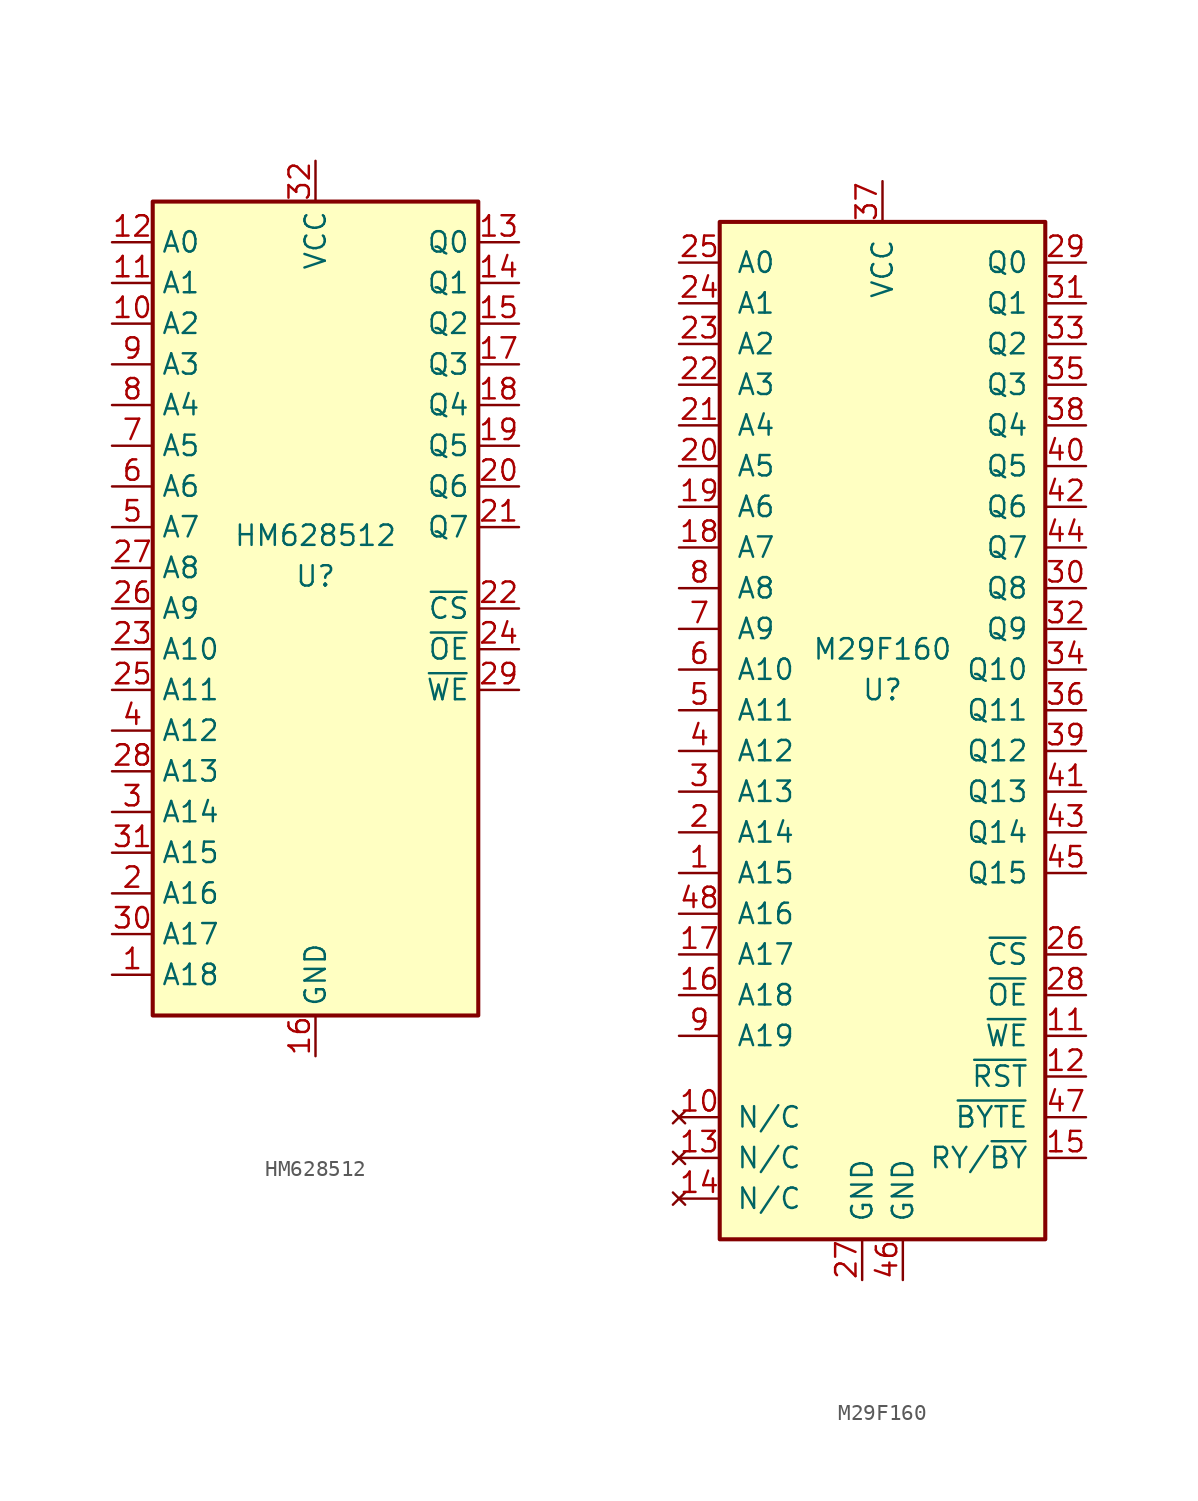
<source format=kicad_sym>
(kicad_symbol_lib
  (version 20211014)
  (generator kicad_symbol_editor)
  (symbol "HM628512"
    (property "Reference" "U"
      (at 0 -1.27 0)
      (effects (font (size 1.27 1.27)) (justify bottom)))
    (property "Value" "HM628512"
      (at 0 1.27 0)
      (effects (font (size 1.27 1.27)) (justify bottom)))
    (symbol "HM628512_0_0"
      (pin power_in line (at 0 -30.48 90) (length 2.54) (name "GND" (effects (font (size 1.27 1.27)))) (number "16" (effects (font (size 1.27 1.27)))))
      (pin power_in line (at 0 25.4 270) (length 2.54) (name "VCC" (effects (font (size 1.27 1.27)))) (number "32" (effects (font (size 1.27 1.27))))))
    (symbol "HM628512_0_1"
      (rectangle (start -10.16 22.86) (end 10.16 -27.94) (stroke (width 0.254) (type default) (color 0 0 0 0)) (fill (type background))))
    (symbol "HM628512_1_1"
      (pin input line (at -12.7 -25.4 0) (length 2.54) (name "A18" (effects (font (size 1.27 1.27)))) (number "1" (effects (font (size 1.27 1.27)))))
      (pin input line (at -12.7 15.24 0) (length 2.54) (name "A2" (effects (font (size 1.27 1.27)))) (number "10" (effects (font (size 1.27 1.27)))))
      (pin input line (at -12.7 17.78 0) (length 2.54) (name "A1" (effects (font (size 1.27 1.27)))) (number "11" (effects (font (size 1.27 1.27)))))
      (pin input line (at -12.7 20.32 0) (length 2.54) (name "A0" (effects (font (size 1.27 1.27)))) (number "12" (effects (font (size 1.27 1.27)))))
      (pin tri_state line (at 12.7 20.32 180) (length 2.54) (name "Q0" (effects (font (size 1.27 1.27)))) (number "13" (effects (font (size 1.27 1.27)))))
      (pin tri_state line (at 12.7 17.78 180) (length 2.54) (name "Q1" (effects (font (size 1.27 1.27)))) (number "14" (effects (font (size 1.27 1.27)))))
      (pin tri_state line (at 12.7 15.24 180) (length 2.54) (name "Q2" (effects (font (size 1.27 1.27)))) (number "15" (effects (font (size 1.27 1.27)))))
      (pin tri_state line (at 12.7 12.7 180) (length 2.54) (name "Q3" (effects (font (size 1.27 1.27)))) (number "17" (effects (font (size 1.27 1.27)))))
      (pin tri_state line (at 12.7 10.16 180) (length 2.54) (name "Q4" (effects (font (size 1.27 1.27)))) (number "18" (effects (font (size 1.27 1.27)))))
      (pin tri_state line (at 12.7 7.62 180) (length 2.54) (name "Q5" (effects (font (size 1.27 1.27)))) (number "19" (effects (font (size 1.27 1.27)))))
      (pin input line (at -12.7 -20.32 0) (length 2.54) (name "A16" (effects (font (size 1.27 1.27)))) (number "2" (effects (font (size 1.27 1.27)))))
      (pin tri_state line (at 12.7 5.08 180) (length 2.54) (name "Q6" (effects (font (size 1.27 1.27)))) (number "20" (effects (font (size 1.27 1.27)))))
      (pin tri_state line (at 12.7 2.54 180) (length 2.54) (name "Q7" (effects (font (size 1.27 1.27)))) (number "21" (effects (font (size 1.27 1.27)))))
      (pin input line (at 12.7 -2.54 180) (length 2.54) (name "~{CS}" (effects (font (size 1.27 1.27)))) (number "22" (effects (font (size 1.27 1.27)))))
      (pin input line (at -12.7 -5.08 0) (length 2.54) (name "A10" (effects (font (size 1.27 1.27)))) (number "23" (effects (font (size 1.27 1.27)))))
      (pin input line (at 12.7 -5.08 180) (length 2.54) (name "~{OE}" (effects (font (size 1.27 1.27)))) (number "24" (effects (font (size 1.27 1.27)))))
      (pin input line (at -12.7 -7.62 0) (length 2.54) (name "A11" (effects (font (size 1.27 1.27)))) (number "25" (effects (font (size 1.27 1.27)))))
      (pin input line (at -12.7 -2.54 0) (length 2.54) (name "A9" (effects (font (size 1.27 1.27)))) (number "26" (effects (font (size 1.27 1.27)))))
      (pin input line (at -12.7 0 0) (length 2.54) (name "A8" (effects (font (size 1.27 1.27)))) (number "27" (effects (font (size 1.27 1.27)))))
      (pin input line (at -12.7 -12.7 0) (length 2.54) (name "A13" (effects (font (size 1.27 1.27)))) (number "28" (effects (font (size 1.27 1.27)))))
      (pin input line (at 12.7 -7.62 180) (length 2.54) (name "~{WE}" (effects (font (size 1.27 1.27)))) (number "29" (effects (font (size 1.27 1.27)))))
      (pin input line (at -12.7 -15.24 0) (length 2.54) (name "A14" (effects (font (size 1.27 1.27)))) (number "3" (effects (font (size 1.27 1.27)))))
      (pin input line (at -12.7 -22.86 0) (length 2.54) (name "A17" (effects (font (size 1.27 1.27)))) (number "30" (effects (font (size 1.27 1.27)))))
      (pin input line (at -12.7 -17.78 0) (length 2.54) (name "A15" (effects (font (size 1.27 1.27)))) (number "31" (effects (font (size 1.27 1.27)))))
      (pin input line (at -12.7 -10.16 0) (length 2.54) (name "A12" (effects (font (size 1.27 1.27)))) (number "4" (effects (font (size 1.27 1.27)))))
      (pin input line (at -12.7 2.54 0) (length 2.54) (name "A7" (effects (font (size 1.27 1.27)))) (number "5" (effects (font (size 1.27 1.27)))))
      (pin input line (at -12.7 5.08 0) (length 2.54) (name "A6" (effects (font (size 1.27 1.27)))) (number "6" (effects (font (size 1.27 1.27)))))
      (pin input line (at -12.7 7.62 0) (length 2.54) (name "A5" (effects (font (size 1.27 1.27)))) (number "7" (effects (font (size 1.27 1.27)))))
      (pin input line (at -12.7 10.16 0) (length 2.54) (name "A4" (effects (font (size 1.27 1.27)))) (number "8" (effects (font (size 1.27 1.27)))))
      (pin input line (at -12.7 12.7 0) (length 2.54) (name "A3" (effects (font (size 1.27 1.27)))) (number "9" (effects (font (size 1.27 1.27)))))))
  (symbol "M29F160"
    (pin_names
      (offset 1.016))
    (property "Reference" "U"
      (at 0 0 0)
      (effects (font (size 1.27 1.27))))
    (property "Value" "M29F160"
      (at 0 2.54 0)
      (effects (font (size 1.27 1.27))))
    (symbol "M29F160_1_1"
      (rectangle (start -10.16 29.21) (end 10.16 -34.29) (stroke (width 0.254) (type default) (color 0 0 0 0)) (fill (type background)))
      (pin input line (at -12.7 -11.43 0) (length 2.54) (name "A15" (effects (font (size 1.27 1.27)))) (number "1" (effects (font (size 1.27 1.27)))))
      (pin no_connect line (at -12.7 -26.67 0) (length 2.54) (name "N/C" (effects (font (size 1.27 1.27)))) (number "10" (effects (font (size 1.27 1.27)))))
      (pin input line (at 12.7 -21.59 180) (length 2.54) (name "~{WE}" (effects (font (size 1.27 1.27)))) (number "11" (effects (font (size 1.27 1.27)))))
      (pin input line (at 12.7 -24.13 180) (length 2.54) (name "~{RST}" (effects (font (size 1.27 1.27)))) (number "12" (effects (font (size 1.27 1.27)))))
      (pin no_connect line (at -12.7 -29.21 0) (length 2.54) (name "N/C" (effects (font (size 1.27 1.27)))) (number "13" (effects (font (size 1.27 1.27)))))
      (pin no_connect line (at -12.7 -31.75 0) (length 2.54) (name "N/C" (effects (font (size 1.27 1.27)))) (number "14" (effects (font (size 1.27 1.27)))))
      (pin output line (at 12.7 -29.21 180) (length 2.54) (name "RY/~{BY}" (effects (font (size 1.27 1.27)))) (number "15" (effects (font (size 1.27 1.27)))))
      (pin input line (at -12.7 -19.05 0) (length 2.54) (name "A18" (effects (font (size 1.27 1.27)))) (number "16" (effects (font (size 1.27 1.27)))))
      (pin input line (at -12.7 -16.51 0) (length 2.54) (name "A17" (effects (font (size 1.27 1.27)))) (number "17" (effects (font (size 1.27 1.27)))))
      (pin input line (at -12.7 8.89 0) (length 2.54) (name "A7" (effects (font (size 1.27 1.27)))) (number "18" (effects (font (size 1.27 1.27)))))
      (pin input line (at -12.7 11.43 0) (length 2.54) (name "A6" (effects (font (size 1.27 1.27)))) (number "19" (effects (font (size 1.27 1.27)))))
      (pin input line (at -12.7 -8.89 0) (length 2.54) (name "A14" (effects (font (size 1.27 1.27)))) (number "2" (effects (font (size 1.27 1.27)))))
      (pin input line (at -12.7 13.97 0) (length 2.54) (name "A5" (effects (font (size 1.27 1.27)))) (number "20" (effects (font (size 1.27 1.27)))))
      (pin input line (at -12.7 16.51 0) (length 2.54) (name "A4" (effects (font (size 1.27 1.27)))) (number "21" (effects (font (size 1.27 1.27)))))
      (pin input line (at -12.7 19.05 0) (length 2.54) (name "A3" (effects (font (size 1.27 1.27)))) (number "22" (effects (font (size 1.27 1.27)))))
      (pin input line (at -12.7 21.59 0) (length 2.54) (name "A2" (effects (font (size 1.27 1.27)))) (number "23" (effects (font (size 1.27 1.27)))))
      (pin input line (at -12.7 24.13 0) (length 2.54) (name "A1" (effects (font (size 1.27 1.27)))) (number "24" (effects (font (size 1.27 1.27)))))
      (pin input line (at -12.7 26.67 0) (length 2.54) (name "A0" (effects (font (size 1.27 1.27)))) (number "25" (effects (font (size 1.27 1.27)))))
      (pin input line (at 12.7 -16.51 180) (length 2.54) (name "~{CS}" (effects (font (size 1.27 1.27)))) (number "26" (effects (font (size 1.27 1.27)))))
      (pin power_in line (at -1.27 -36.83 90) (length 2.54) (name "GND" (effects (font (size 1.27 1.27)))) (number "27" (effects (font (size 1.27 1.27)))))
      (pin input line (at 12.7 -19.05 180) (length 2.54) (name "~{OE}" (effects (font (size 1.27 1.27)))) (number "28" (effects (font (size 1.27 1.27)))))
      (pin tri_state line (at 12.7 26.67 180) (length 2.54) (name "Q0" (effects (font (size 1.27 1.27)))) (number "29" (effects (font (size 1.27 1.27)))))
      (pin input line (at -12.7 -6.35 0) (length 2.54) (name "A13" (effects (font (size 1.27 1.27)))) (number "3" (effects (font (size 1.27 1.27)))))
      (pin tri_state line (at 12.7 6.35 180) (length 2.54) (name "Q8" (effects (font (size 1.27 1.27)))) (number "30" (effects (font (size 1.27 1.27)))))
      (pin tri_state line (at 12.7 24.13 180) (length 2.54) (name "Q1" (effects (font (size 1.27 1.27)))) (number "31" (effects (font (size 1.27 1.27)))))
      (pin tri_state line (at 12.7 3.81 180) (length 2.54) (name "Q9" (effects (font (size 1.27 1.27)))) (number "32" (effects (font (size 1.27 1.27)))))
      (pin tri_state line (at 12.7 21.59 180) (length 2.54) (name "Q2" (effects (font (size 1.27 1.27)))) (number "33" (effects (font (size 1.27 1.27)))))
      (pin tri_state line (at 12.7 1.27 180) (length 2.54) (name "Q10" (effects (font (size 1.27 1.27)))) (number "34" (effects (font (size 1.27 1.27)))))
      (pin tri_state line (at 12.7 19.05 180) (length 2.54) (name "Q3" (effects (font (size 1.27 1.27)))) (number "35" (effects (font (size 1.27 1.27)))))
      (pin tri_state line (at 12.7 -1.27 180) (length 2.54) (name "Q11" (effects (font (size 1.27 1.27)))) (number "36" (effects (font (size 1.27 1.27)))))
      (pin power_in line (at 0 31.75 270) (length 2.54) (name "VCC" (effects (font (size 1.27 1.27)))) (number "37" (effects (font (size 1.27 1.27)))))
      (pin tri_state line (at 12.7 16.51 180) (length 2.54) (name "Q4" (effects (font (size 1.27 1.27)))) (number "38" (effects (font (size 1.27 1.27)))))
      (pin tri_state line (at 12.7 -3.81 180) (length 2.54) (name "Q12" (effects (font (size 1.27 1.27)))) (number "39" (effects (font (size 1.27 1.27)))))
      (pin input line (at -12.7 -3.81 0) (length 2.54) (name "A12" (effects (font (size 1.27 1.27)))) (number "4" (effects (font (size 1.27 1.27)))))
      (pin tri_state line (at 12.7 13.97 180) (length 2.54) (name "Q5" (effects (font (size 1.27 1.27)))) (number "40" (effects (font (size 1.27 1.27)))))
      (pin tri_state line (at 12.7 -6.35 180) (length 2.54) (name "Q13" (effects (font (size 1.27 1.27)))) (number "41" (effects (font (size 1.27 1.27)))))
      (pin tri_state line (at 12.7 11.43 180) (length 2.54) (name "Q6" (effects (font (size 1.27 1.27)))) (number "42" (effects (font (size 1.27 1.27)))))
      (pin tri_state line (at 12.7 -8.89 180) (length 2.54) (name "Q14" (effects (font (size 1.27 1.27)))) (number "43" (effects (font (size 1.27 1.27)))))
      (pin tri_state line (at 12.7 8.89 180) (length 2.54) (name "Q7" (effects (font (size 1.27 1.27)))) (number "44" (effects (font (size 1.27 1.27)))))
      (pin tri_state line (at 12.7 -11.43 180) (length 2.54) (name "Q15" (effects (font (size 1.27 1.27)))) (number "45" (effects (font (size 1.27 1.27)))))
      (pin power_in line (at 1.27 -36.83 90) (length 2.54) (name "GND" (effects (font (size 1.27 1.27)))) (number "46" (effects (font (size 1.27 1.27)))))
      (pin input line (at 12.7 -26.67 180) (length 2.54) (name "~{BYTE}" (effects (font (size 1.27 1.27)))) (number "47" (effects (font (size 1.27 1.27)))))
      (pin input line (at -12.7 -13.97 0) (length 2.54) (name "A16" (effects (font (size 1.27 1.27)))) (number "48" (effects (font (size 1.27 1.27)))))
      (pin input line (at -12.7 -1.27 0) (length 2.54) (name "A11" (effects (font (size 1.27 1.27)))) (number "5" (effects (font (size 1.27 1.27)))))
      (pin input line (at -12.7 1.27 0) (length 2.54) (name "A10" (effects (font (size 1.27 1.27)))) (number "6" (effects (font (size 1.27 1.27)))))
      (pin input line (at -12.7 3.81 0) (length 2.54) (name "A9" (effects (font (size 1.27 1.27)))) (number "7" (effects (font (size 1.27 1.27)))))
      (pin input line (at -12.7 6.35 0) (length 2.54) (name "A8" (effects (font (size 1.27 1.27)))) (number "8" (effects (font (size 1.27 1.27)))))
      (pin input line (at -12.7 -21.59 0) (length 2.54) (name "A19" (effects (font (size 1.27 1.27)))) (number "9" (effects (font (size 1.27 1.27))))))))
</source>
